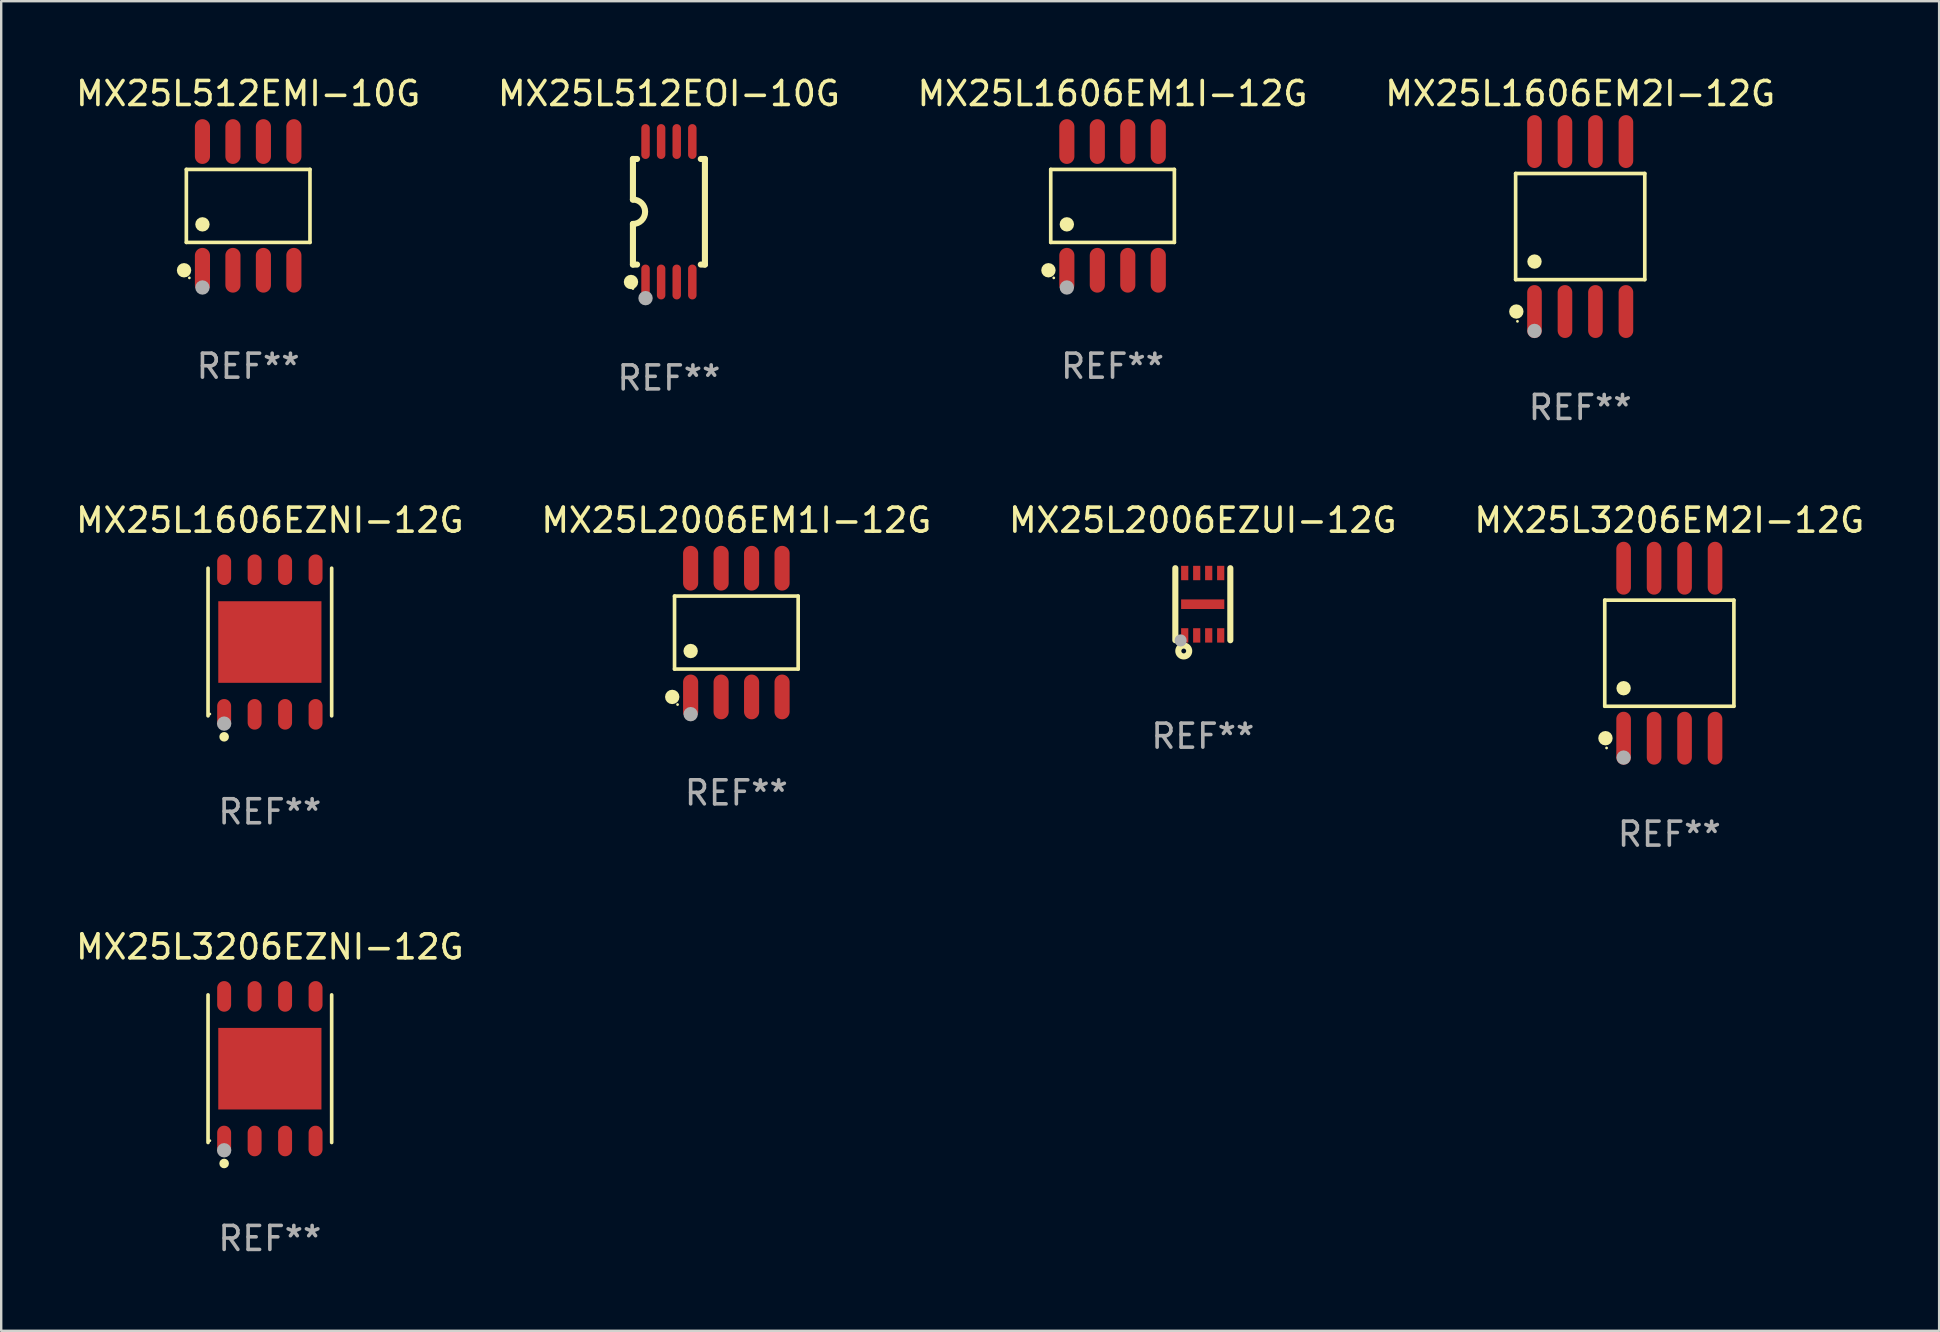
<source format=kicad_pcb>
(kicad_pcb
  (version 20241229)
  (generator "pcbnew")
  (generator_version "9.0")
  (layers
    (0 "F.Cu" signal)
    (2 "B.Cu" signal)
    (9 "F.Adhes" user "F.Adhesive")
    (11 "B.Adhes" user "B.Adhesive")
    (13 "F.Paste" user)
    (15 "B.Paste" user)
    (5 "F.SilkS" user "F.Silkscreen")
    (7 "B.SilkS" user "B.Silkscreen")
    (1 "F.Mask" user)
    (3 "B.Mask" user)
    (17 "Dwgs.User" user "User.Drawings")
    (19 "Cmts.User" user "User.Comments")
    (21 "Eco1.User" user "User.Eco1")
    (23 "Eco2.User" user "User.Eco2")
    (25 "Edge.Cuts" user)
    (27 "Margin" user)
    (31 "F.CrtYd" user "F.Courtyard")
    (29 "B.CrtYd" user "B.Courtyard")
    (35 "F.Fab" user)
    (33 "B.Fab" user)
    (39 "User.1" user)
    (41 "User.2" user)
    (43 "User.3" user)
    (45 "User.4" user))
  (footprint "MX25L512EOI-10G"
    (layer "F.Cu")
    (at 24.827 5.775)
    (property "Reference" "MX25L512EOI-10G" (at 0 -4.927 0) (layer "F.SilkS") (effects (font (size 1 1) (thickness 0.15))))
    (attr through_hole)
    (fp_line (start -1.5 -2.2) (end -1.5 -0.508) (stroke (width 0.254) (type solid)) (layer "F.SilkS"))
    (fp_line (start -1.5 -2.2) (end -1.328 -2.2) (stroke (width 0.254) (type solid)) (layer "F.SilkS"))
    (fp_line (start -1.5 2.2) (end -1.5 0.508) (stroke (width 0.254) (type solid)) (layer "F.SilkS"))
    (fp_line (start -1.5 2.2) (end -1.328 2.2) (stroke (width 0.254) (type solid)) (layer "F.SilkS"))
    (fp_line (start 1.328 -2.2) (end 1.5 -2.2) (stroke (width 0.254) (type solid)) (layer "F.SilkS"))
    (fp_line (start 1.328 2.2) (end 1.5 2.2) (stroke (width 0.254) (type solid)) (layer "F.SilkS"))
    (fp_line (start 1.5 -2.2) (end 1.5 2.2) (stroke (width 0.254) (type solid)) (layer "F.SilkS"))
    (fp_arc (start -1.501144 -0.508) (mid -0.993143 -0.000571) (end -1.5 0.508001) (stroke (width 0.254001) (type solid)) (layer "F.SilkS"))
    (fp_circle (center -1.581 2.927) (end -1.431 2.927) (stroke (width 0.3) (type solid)) (fill no) (layer "F.SilkS"))
    (fp_circle (center -1.5 3.2) (end -1.47 3.2) (stroke (width 0.06) (type solid)) (fill no) (layer "F.SilkS"))
    (fp_circle (center -0.975 3.6) (end -0.825 3.6) (stroke (width 0.3) (type solid)) (fill no) (layer "F.Fab"))
    (fp_text user "REF**" (at 0 6.927 0) (layer "F.Fab") (effects (font (size 1 1) (thickness 0.15))))
    (pad "1" smd oval (at -0.975 2.927) (size 0.353 1.454) (layers "F.Cu" "F.Mask" "F.Paste"))
    (pad "2" smd oval (at -0.325 2.927) (size 0.353 1.454) (layers "F.Cu" "F.Mask" "F.Paste"))
    (pad "3" smd oval (at 0.325 2.927) (size 0.353 1.454) (layers "F.Cu" "F.Mask" "F.Paste"))
    (pad "4" smd oval (at 0.975 2.927) (size 0.353 1.454) (layers "F.Cu" "F.Mask" "F.Paste"))
    (pad "5" smd oval (at 0.975 -2.927) (size 0.353 1.454) (layers "F.Cu" "F.Mask" "F.Paste"))
    (pad "6" smd oval (at 0.325 -2.927) (size 0.353 1.454) (layers "F.Cu" "F.Mask" "F.Paste"))
    (pad "7" smd oval (at -0.325 -2.927) (size 0.353 1.454) (layers "F.Cu" "F.Mask" "F.Paste"))
    (pad "8" smd oval (at -0.975 -2.927) (size 0.353 1.454) (layers "F.Cu" "F.Mask" "F.Paste")))
  (footprint "MX25L1606EM1I-12G"
    (layer "F.Cu")
    (at 43.315 5.531)
    (property "Reference" "MX25L1606EM1I-12G" (at 0 -4.682 0) (layer "F.SilkS") (effects (font (size 1 1) (thickness 0.15))))
    (attr through_hole)
    (fp_line (start -2.576 -1.521) (end 2.576 -1.521) (stroke (width 0.152) (type solid)) (layer "F.SilkS"))
    (fp_line (start -2.576 1.521) (end -2.576 -1.521) (stroke (width 0.152) (type solid)) (layer "F.SilkS"))
    (fp_line (start 2.576 -1.521) (end 2.576 1.521) (stroke (width 0.152) (type solid)) (layer "F.SilkS"))
    (fp_line (start 2.576 1.521) (end -2.576 1.521) (stroke (width 0.152) (type solid)) (layer "F.SilkS"))
    (fp_circle (center -2.672 2.682) (end -2.522 2.682) (stroke (width 0.3) (type solid)) (fill no) (layer "F.SilkS"))
    (fp_circle (center -2.45 3) (end -2.42 3) (stroke (width 0.06) (type solid)) (fill no) (layer "F.SilkS"))
    (fp_circle (center -1.905 0.769) (end -1.755 0.769) (stroke (width 0.3) (type solid)) (fill no) (layer "F.SilkS"))
    (fp_circle (center -1.905 3.4) (end -1.755 3.4) (stroke (width 0.3) (type solid)) (fill no) (layer "F.Fab"))
    (fp_text user "REF**" (at 0 6.682 0) (layer "F.Fab") (effects (font (size 1 1) (thickness 0.15))))
    (pad "1" smd oval (at -1.905 2.682) (size 0.63 1.865) (layers "F.Cu" "F.Mask" "F.Paste"))
    (pad "2" smd oval (at -0.635 2.682) (size 0.63 1.865) (layers "F.Cu" "F.Mask" "F.Paste"))
    (pad "3" smd oval (at 0.635 2.682) (size 0.63 1.865) (layers "F.Cu" "F.Mask" "F.Paste"))
    (pad "4" smd oval (at 1.905 2.682) (size 0.63 1.865) (layers "F.Cu" "F.Mask" "F.Paste"))
    (pad "5" smd oval (at 1.905 -2.682) (size 0.63 1.865) (layers "F.Cu" "F.Mask" "F.Paste"))
    (pad "6" smd oval (at 0.635 -2.682) (size 0.63 1.865) (layers "F.Cu" "F.Mask" "F.Paste"))
    (pad "7" smd oval (at -0.635 -2.682) (size 0.63 1.865) (layers "F.Cu" "F.Mask" "F.Paste"))
    (pad "8" smd oval (at -1.905 -2.682) (size 0.63 1.865) (layers "F.Cu" "F.Mask" "F.Paste")))
  (footprint "MX25L512EMI-10G"
    (layer "F.Cu")
    (at 7.292 5.531)
    (property "Reference" "MX25L512EMI-10G" (at 0 -4.682 0) (layer "F.SilkS") (effects (font (size 1 1) (thickness 0.15))))
    (attr through_hole)
    (fp_line (start -2.576 -1.521) (end 2.576 -1.521) (stroke (width 0.152) (type solid)) (layer "F.SilkS"))
    (fp_line (start -2.576 1.521) (end -2.576 -1.521) (stroke (width 0.152) (type solid)) (layer "F.SilkS"))
    (fp_line (start 2.576 -1.521) (end 2.576 1.521) (stroke (width 0.152) (type solid)) (layer "F.SilkS"))
    (fp_line (start 2.576 1.521) (end -2.576 1.521) (stroke (width 0.152) (type solid)) (layer "F.SilkS"))
    (fp_circle (center -2.672 2.682) (end -2.522 2.682) (stroke (width 0.3) (type solid)) (fill no) (layer "F.SilkS"))
    (fp_circle (center -2.45 3) (end -2.42 3) (stroke (width 0.06) (type solid)) (fill no) (layer "F.SilkS"))
    (fp_circle (center -1.905 0.769) (end -1.755 0.769) (stroke (width 0.3) (type solid)) (fill no) (layer "F.SilkS"))
    (fp_circle (center -1.905 3.4) (end -1.755 3.4) (stroke (width 0.3) (type solid)) (fill no) (layer "F.Fab"))
    (fp_text user "REF**" (at 0 6.682 0) (layer "F.Fab") (effects (font (size 1 1) (thickness 0.15))))
    (pad "1" smd oval (at -1.905 2.682) (size 0.63 1.865) (layers "F.Cu" "F.Mask" "F.Paste"))
    (pad "2" smd oval (at -0.635 2.682) (size 0.63 1.865) (layers "F.Cu" "F.Mask" "F.Paste"))
    (pad "3" smd oval (at 0.635 2.682) (size 0.63 1.865) (layers "F.Cu" "F.Mask" "F.Paste"))
    (pad "4" smd oval (at 1.905 2.682) (size 0.63 1.865) (layers "F.Cu" "F.Mask" "F.Paste"))
    (pad "5" smd oval (at 1.905 -2.682) (size 0.63 1.865) (layers "F.Cu" "F.Mask" "F.Paste"))
    (pad "6" smd oval (at 0.635 -2.682) (size 0.63 1.865) (layers "F.Cu" "F.Mask" "F.Paste"))
    (pad "7" smd oval (at -0.635 -2.682) (size 0.63 1.865) (layers "F.Cu" "F.Mask" "F.Paste"))
    (pad "8" smd oval (at -1.905 -2.682) (size 0.63 1.865) (layers "F.Cu" "F.Mask" "F.Paste")))
  (footprint "MX25L3206EZNI-12G"
    (layer "F.Cu")
    (at 8.196 41.487)
    (property "Reference" "MX25L3206EZNI-12G" (at 0 -5.076 0) (layer "F.SilkS") (effects (font (size 1 1) (thickness 0.15))))
    (attr through_hole)
    (fp_line (start -2.576 3.076) (end -2.576 -3.076) (stroke (width 0.152) (type solid)) (layer "F.SilkS"))
    (fp_line (start 2.576 -3.076) (end 2.576 3.076) (stroke (width 0.152) (type solid)) (layer "F.SilkS"))
    (fp_circle (center -2.5 3) (end -2.47 3) (stroke (width 0.06) (type solid)) (fill no) (layer "F.SilkS"))
    (fp_circle (center -1.905 3.95) (end -1.805 3.95) (stroke (width 0.2) (type solid)) (fill no) (layer "F.SilkS"))
    (fp_circle (center -1.905 3.4) (end -1.755 3.4) (stroke (width 0.3) (type solid)) (fill no) (layer "F.Fab"))
    (fp_text user "REF**" (at 0 7.076 0) (layer "F.Fab") (effects (font (size 1 1) (thickness 0.15))))
    (pad "1" smd oval (at -1.905 3.013) (size 0.581 1.276) (layers "F.Cu" "F.Mask" "F.Paste"))
    (pad "2" smd oval (at -0.635 3.013) (size 0.581 1.276) (layers "F.Cu" "F.Mask" "F.Paste"))
    (pad "3" smd oval (at 0.635 3.013) (size 0.581 1.276) (layers "F.Cu" "F.Mask" "F.Paste"))
    (pad "4" smd oval (at 1.905 3.013) (size 0.581 1.276) (layers "F.Cu" "F.Mask" "F.Paste"))
    (pad "5" smd oval (at 1.905 -3.013) (size 0.581 1.276) (layers "F.Cu" "F.Mask" "F.Paste"))
    (pad "6" smd oval (at 0.635 -3.013) (size 0.581 1.276) (layers "F.Cu" "F.Mask" "F.Paste"))
    (pad "7" smd oval (at -0.635 -3.013) (size 0.581 1.276) (layers "F.Cu" "F.Mask" "F.Paste"))
    (pad "8" smd oval (at -1.905 -3.013) (size 0.581 1.276) (layers "F.Cu" "F.Mask" "F.Paste"))
    (pad "9" smd rect (at 0 0) (size 4.3 3.4) (layers "F.Cu" "F.Mask" "F.Paste")))
  (footprint "MX25L1606EZNI-12G"
    (layer "F.Cu")
    (at 8.196 23.706)
    (property "Reference" "MX25L1606EZNI-12G" (at 0 -5.076 0) (layer "F.SilkS") (effects (font (size 1 1) (thickness 0.15))))
    (attr through_hole)
    (fp_line (start -2.576 3.076) (end -2.576 -3.076) (stroke (width 0.152) (type solid)) (layer "F.SilkS"))
    (fp_line (start 2.576 -3.076) (end 2.576 3.076) (stroke (width 0.152) (type solid)) (layer "F.SilkS"))
    (fp_circle (center -2.5 3) (end -2.47 3) (stroke (width 0.06) (type solid)) (fill no) (layer "F.SilkS"))
    (fp_circle (center -1.905 3.95) (end -1.805 3.95) (stroke (width 0.2) (type solid)) (fill no) (layer "F.SilkS"))
    (fp_circle (center -1.905 3.4) (end -1.755 3.4) (stroke (width 0.3) (type solid)) (fill no) (layer "F.Fab"))
    (fp_text user "REF**" (at 0 7.076 0) (layer "F.Fab") (effects (font (size 1 1) (thickness 0.15))))
    (pad "1" smd oval (at -1.905 3.013) (size 0.581 1.276) (layers "F.Cu" "F.Mask" "F.Paste"))
    (pad "2" smd oval (at -0.635 3.013) (size 0.581 1.276) (layers "F.Cu" "F.Mask" "F.Paste"))
    (pad "3" smd oval (at 0.635 3.013) (size 0.581 1.276) (layers "F.Cu" "F.Mask" "F.Paste"))
    (pad "4" smd oval (at 1.905 3.013) (size 0.581 1.276) (layers "F.Cu" "F.Mask" "F.Paste"))
    (pad "5" smd oval (at 1.905 -3.013) (size 0.581 1.276) (layers "F.Cu" "F.Mask" "F.Paste"))
    (pad "6" smd oval (at 0.635 -3.013) (size 0.581 1.276) (layers "F.Cu" "F.Mask" "F.Paste"))
    (pad "7" smd oval (at -0.635 -3.013) (size 0.581 1.276) (layers "F.Cu" "F.Mask" "F.Paste"))
    (pad "8" smd oval (at -1.905 -3.013) (size 0.581 1.276) (layers "F.Cu" "F.Mask" "F.Paste"))
    (pad "9" smd rect (at 0 0) (size 4.3 3.4) (layers "F.Cu" "F.Mask" "F.Paste")))
  (footprint "MX25L1606EM2I-12G"
    (layer "F.Cu")
    (at 62.804 6.391)
    (property "Reference" "MX25L1606EM2I-12G" (at 0 -5.542 0) (layer "F.SilkS") (effects (font (size 1 1) (thickness 0.15))))
    (attr through_hole)
    (fp_line (start -2.691 -2.211) (end 2.691 -2.211) (stroke (width 0.152) (type solid)) (layer "F.SilkS"))
    (fp_line (start -2.691 2.211) (end -2.691 -2.211) (stroke (width 0.152) (type solid)) (layer "F.SilkS"))
    (fp_line (start 2.691 -2.211) (end 2.691 2.211) (stroke (width 0.152) (type solid)) (layer "F.SilkS"))
    (fp_line (start 2.691 2.211) (end -2.691 2.211) (stroke (width 0.152) (type solid)) (layer "F.SilkS"))
    (fp_circle (center -2.662 3.542) (end -2.512 3.542) (stroke (width 0.3) (type solid)) (fill no) (layer "F.SilkS"))
    (fp_circle (center -2.615 3.95) (end -2.585 3.95) (stroke (width 0.06) (type solid)) (fill no) (layer "F.SilkS"))
    (fp_circle (center -1.905 1.459) (end -1.755 1.459) (stroke (width 0.3) (type solid)) (fill no) (layer "F.SilkS"))
    (fp_circle (center -1.905 4.35) (end -1.755 4.35) (stroke (width 0.3) (type solid)) (fill no) (layer "F.Fab"))
    (fp_text user "REF**" (at 0 7.542 0) (layer "F.Fab") (effects (font (size 1 1) (thickness 0.15))))
    (pad "1" smd oval (at -1.905 3.542) (size 0.609 2.204) (layers "F.Cu" "F.Mask" "F.Paste"))
    (pad "2" smd oval (at -0.635 3.542) (size 0.609 2.204) (layers "F.Cu" "F.Mask" "F.Paste"))
    (pad "3" smd oval (at 0.635 3.542) (size 0.609 2.204) (layers "F.Cu" "F.Mask" "F.Paste"))
    (pad "4" smd oval (at 1.905 3.542) (size 0.609 2.204) (layers "F.Cu" "F.Mask" "F.Paste"))
    (pad "5" smd oval (at 1.905 -3.542) (size 0.609 2.204) (layers "F.Cu" "F.Mask" "F.Paste"))
    (pad "6" smd oval (at 0.635 -3.542) (size 0.609 2.204) (layers "F.Cu" "F.Mask" "F.Paste"))
    (pad "7" smd oval (at -0.635 -3.542) (size 0.609 2.204) (layers "F.Cu" "F.Mask" "F.Paste"))
    (pad "8" smd oval (at -1.905 -3.542) (size 0.609 2.204) (layers "F.Cu" "F.Mask" "F.Paste")))
  (footprint "MX25L3206EM2I-12G"
    (layer "F.Cu")
    (at 66.518 24.172)
    (property "Reference" "MX25L3206EM2I-12G" (at 0 -5.542 0) (layer "F.SilkS") (effects (font (size 1 1) (thickness 0.15))))
    (attr through_hole)
    (fp_line (start -2.691 -2.211) (end 2.691 -2.211) (stroke (width 0.152) (type solid)) (layer "F.SilkS"))
    (fp_line (start -2.691 2.211) (end -2.691 -2.211) (stroke (width 0.152) (type solid)) (layer "F.SilkS"))
    (fp_line (start 2.691 -2.211) (end 2.691 2.211) (stroke (width 0.152) (type solid)) (layer "F.SilkS"))
    (fp_line (start 2.691 2.211) (end -2.691 2.211) (stroke (width 0.152) (type solid)) (layer "F.SilkS"))
    (fp_circle (center -2.662 3.542) (end -2.512 3.542) (stroke (width 0.3) (type solid)) (fill no) (layer "F.SilkS"))
    (fp_circle (center -2.615 3.95) (end -2.585 3.95) (stroke (width 0.06) (type solid)) (fill no) (layer "F.SilkS"))
    (fp_circle (center -1.905 1.459) (end -1.755 1.459) (stroke (width 0.3) (type solid)) (fill no) (layer "F.SilkS"))
    (fp_circle (center -1.905 4.35) (end -1.755 4.35) (stroke (width 0.3) (type solid)) (fill no) (layer "F.Fab"))
    (fp_text user "REF**" (at 0 7.542 0) (layer "F.Fab") (effects (font (size 1 1) (thickness 0.15))))
    (pad "1" smd oval (at -1.905 3.542) (size 0.609 2.204) (layers "F.Cu" "F.Mask" "F.Paste"))
    (pad "2" smd oval (at -0.635 3.542) (size 0.609 2.204) (layers "F.Cu" "F.Mask" "F.Paste"))
    (pad "3" smd oval (at 0.635 3.542) (size 0.609 2.204) (layers "F.Cu" "F.Mask" "F.Paste"))
    (pad "4" smd oval (at 1.905 3.542) (size 0.609 2.204) (layers "F.Cu" "F.Mask" "F.Paste"))
    (pad "5" smd oval (at 1.905 -3.542) (size 0.609 2.204) (layers "F.Cu" "F.Mask" "F.Paste"))
    (pad "6" smd oval (at 0.635 -3.542) (size 0.609 2.204) (layers "F.Cu" "F.Mask" "F.Paste"))
    (pad "7" smd oval (at -0.635 -3.542) (size 0.609 2.204) (layers "F.Cu" "F.Mask" "F.Paste"))
    (pad "8" smd oval (at -1.905 -3.542) (size 0.609 2.204) (layers "F.Cu" "F.Mask" "F.Paste")))
  (footprint "MX25L2006EZUI-12G"
    (layer "F.Cu")
    (at 47.077 22.13)
    (property "Reference" "MX25L2006EZUI-12G" (at 0 -3.501 0) (layer "F.SilkS") (effects (font (size 1 1) (thickness 0.15))))
    (attr through_hole)
    (fp_line (start -1.146 -1.501) (end -1.146 1.501) (stroke (width 0.254) (type solid)) (layer "F.SilkS"))
    (fp_line (start 1.146 -1.501) (end 1.146 1.501) (stroke (width 0.254) (type solid)) (layer "F.SilkS"))
    (fp_circle (center -1.005 1.5) (end -0.975 1.5) (stroke (width 0.06) (type solid)) (fill no) (layer "F.SilkS"))
    (fp_circle (center -0.795 1.95) (end -0.695 1.95) (stroke (width 0.254) (type solid)) (fill no) (layer "F.SilkS"))
    (fp_circle (center -0.925 1.51) (end -0.798 1.51) (stroke (width 0.254) (type solid)) (fill no) (layer "F.Fab"))
    (fp_text user "REF**" (at 0 5.501 0) (layer "F.Fab") (effects (font (size 1 1) (thickness 0.15))))
    (pad "1" smd rect (at -0.755 1.3) (size 0.3 0.6) (layers "F.Cu" "F.Mask" "F.Paste"))
    (pad "2" smd rect (at -0.255 1.3) (size 0.3 0.6) (layers "F.Cu" "F.Mask" "F.Paste"))
    (pad "3" smd rect (at 0.245 1.3) (size 0.3 0.6) (layers "F.Cu" "F.Mask" "F.Paste"))
    (pad "4" smd rect (at 0.745 1.3) (size 0.3 0.6) (layers "F.Cu" "F.Mask" "F.Paste"))
    (pad "5" smd rect (at 0.745 -1.3) (size 0.3 0.6) (layers "F.Cu" "F.Mask" "F.Paste"))
    (pad "6" smd rect (at 0.245 -1.3) (size 0.3 0.6) (layers "F.Cu" "F.Mask" "F.Paste"))
    (pad "7" smd rect (at -0.255 -1.3) (size 0.3 0.6) (layers "F.Cu" "F.Mask" "F.Paste"))
    (pad "8" smd rect (at -0.755 -1.3) (size 0.3 0.6) (layers "F.Cu" "F.Mask" "F.Paste"))
    (pad "9" smd rect (at -0.005 0 90) (size 0.4 1.8) (layers "F.Cu" "F.Mask" "F.Paste")))
  (footprint "MX25L2006EM1I-12G"
    (layer "F.Cu")
    (at 27.637 23.312)
    (property "Reference" "MX25L2006EM1I-12G" (at 0 -4.682 0) (layer "F.SilkS") (effects (font (size 1 1) (thickness 0.15))))
    (attr through_hole)
    (fp_line (start -2.576 -1.521) (end 2.576 -1.521) (stroke (width 0.152) (type solid)) (layer "F.SilkS"))
    (fp_line (start -2.576 1.521) (end -2.576 -1.521) (stroke (width 0.152) (type solid)) (layer "F.SilkS"))
    (fp_line (start 2.576 -1.521) (end 2.576 1.521) (stroke (width 0.152) (type solid)) (layer "F.SilkS"))
    (fp_line (start 2.576 1.521) (end -2.576 1.521) (stroke (width 0.152) (type solid)) (layer "F.SilkS"))
    (fp_circle (center -2.672 2.682) (end -2.522 2.682) (stroke (width 0.3) (type solid)) (fill no) (layer "F.SilkS"))
    (fp_circle (center -2.45 3) (end -2.42 3) (stroke (width 0.06) (type solid)) (fill no) (layer "F.SilkS"))
    (fp_circle (center -1.905 0.769) (end -1.755 0.769) (stroke (width 0.3) (type solid)) (fill no) (layer "F.SilkS"))
    (fp_circle (center -1.905 3.4) (end -1.755 3.4) (stroke (width 0.3) (type solid)) (fill no) (layer "F.Fab"))
    (fp_text user "REF**" (at 0 6.682 0) (layer "F.Fab") (effects (font (size 1 1) (thickness 0.15))))
    (pad "1" smd oval (at -1.905 2.682) (size 0.63 1.865) (layers "F.Cu" "F.Mask" "F.Paste"))
    (pad "2" smd oval (at -0.635 2.682) (size 0.63 1.865) (layers "F.Cu" "F.Mask" "F.Paste"))
    (pad "3" smd oval (at 0.635 2.682) (size 0.63 1.865) (layers "F.Cu" "F.Mask" "F.Paste"))
    (pad "4" smd oval (at 1.905 2.682) (size 0.63 1.865) (layers "F.Cu" "F.Mask" "F.Paste"))
    (pad "5" smd oval (at 1.905 -2.682) (size 0.63 1.865) (layers "F.Cu" "F.Mask" "F.Paste"))
    (pad "6" smd oval (at 0.635 -2.682) (size 0.63 1.865) (layers "F.Cu" "F.Mask" "F.Paste"))
    (pad "7" smd oval (at -0.635 -2.682) (size 0.63 1.865) (layers "F.Cu" "F.Mask" "F.Paste"))
    (pad "8" smd oval (at -1.905 -2.682) (size 0.63 1.865) (layers "F.Cu" "F.Mask" "F.Paste")))
  (gr_rect
    (start -3 -3)
    (end 77.762 52.411)
    (stroke (width 0.1) (type default))
    (fill no)
    (layer "Edge.Cuts")))
</source>
